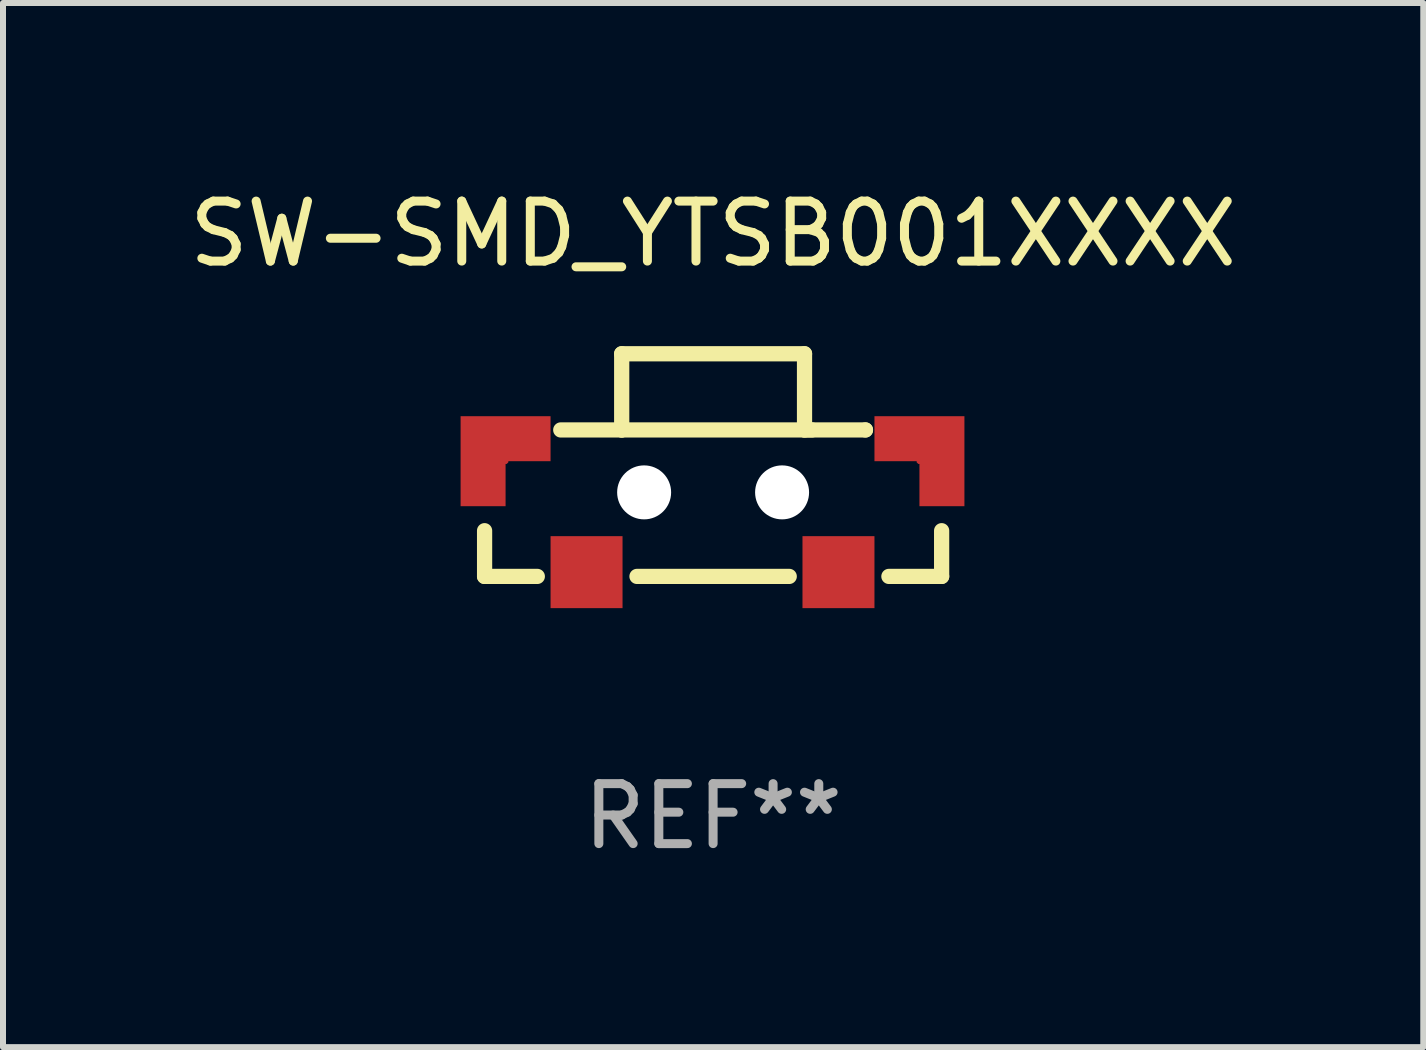
<source format=kicad_pcb>
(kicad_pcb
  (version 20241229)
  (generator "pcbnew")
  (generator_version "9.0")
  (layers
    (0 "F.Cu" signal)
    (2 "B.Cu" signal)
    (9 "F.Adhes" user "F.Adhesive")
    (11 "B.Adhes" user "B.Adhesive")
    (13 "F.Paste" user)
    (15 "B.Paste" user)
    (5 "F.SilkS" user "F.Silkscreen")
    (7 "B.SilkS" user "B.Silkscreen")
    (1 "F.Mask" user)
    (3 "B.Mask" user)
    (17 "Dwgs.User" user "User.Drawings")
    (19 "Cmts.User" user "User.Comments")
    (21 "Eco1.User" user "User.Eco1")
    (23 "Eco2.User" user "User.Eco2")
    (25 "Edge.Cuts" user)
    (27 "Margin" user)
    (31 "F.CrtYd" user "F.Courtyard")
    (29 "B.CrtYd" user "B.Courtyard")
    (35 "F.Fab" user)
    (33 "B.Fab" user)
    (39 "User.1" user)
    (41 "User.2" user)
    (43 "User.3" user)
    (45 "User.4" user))
  (footprint "SW-SMD_YTSB001XXXX"
    (layer "F.Cu")
    (at 8.829 5.564)
    (property "Reference" "SW-SMD_YTSB001XXXX" (at 0.01 -4.716 0) (layer "F.SilkS") (effects (font (size 1 1) (thickness 0.15))))
    (attr through_hole)
    (fp_line (start -3.8 0.234) (end -3.8 0.996) (stroke (width 0.254) (type solid)) (layer "F.SilkS"))
    (fp_line (start -3.8 0.996) (end -2.921 0.996) (stroke (width 0.254) (type solid)) (layer "F.SilkS"))
    (fp_line (start -2.53 -1.446) (end -1.514 -1.446) (stroke (width 0.254) (type solid)) (layer "F.SilkS"))
    (fp_line (start -1.514 -2.716) (end 1.534 -2.716) (stroke (width 0.254) (type solid)) (layer "F.SilkS"))
    (fp_line (start -1.514 -1.446) (end -1.514 -2.716) (stroke (width 0.254) (type solid)) (layer "F.SilkS"))
    (fp_line (start -1.514 -1.446) (end 1.658 -1.446) (stroke (width 0.254) (type solid)) (layer "F.SilkS"))
    (fp_line (start -1.259 0.996) (end 1.279 0.996) (stroke (width 0.254) (type solid)) (layer "F.SilkS"))
    (fp_line (start 1.534 -2.716) (end 1.534 -1.446) (stroke (width 0.254) (type solid)) (layer "F.SilkS"))
    (fp_line (start 1.534 -1.446) (end 2.55 -1.446) (stroke (width 0.254) (type solid)) (layer "F.SilkS"))
    (fp_line (start 2.55 -1.446) (end 2.55 -1.446) (stroke (width 0.254) (type solid)) (layer "F.SilkS"))
    (fp_line (start 2.941 0.996) (end 3.82 0.996) (stroke (width 0.254) (type solid)) (layer "F.SilkS"))
    (fp_line (start 3.82 0.996) (end 3.82 0.234) (stroke (width 0.254) (type solid)) (layer "F.SilkS"))
    (fp_circle (center -3.844 0.953) (end -3.814 0.953) (stroke (width 0.06) (type solid)) (fill no) (layer "F.SilkS"))
    (fp_circle (center -1.14 -0.405) (end -0.99 -0.405) (stroke (width 0.3) (type solid)) (fill no) (layer "F.Fab"))
    (fp_circle (center 1.16 -0.405) (end 1.31 -0.405) (stroke (width 0.3) (type solid)) (fill no) (layer "F.Fab"))
    (fp_text user "REF**" (at 0.01 4.996 0) (layer "F.Fab") (effects (font (size 1 1) (thickness 0.15))))
    (pad "" np_thru_hole circle (at -1.14 -0.405) (size 0.9 0.9) (drill 0.9) (layers "*.Cu" "*.Mask"))
    (pad "" np_thru_hole circle (at 1.16 -0.405) (size 0.9 0.9) (drill 0.9) (layers "*.Cu" "*.Mask"))
    (pad "1" smd rect (at -2.1 0.925) (size 1.2 1.2) (layers "F.Cu" "F.Mask" "F.Paste"))
    (pad "2" smd rect (at 2.1 0.925) (size 1.2 1.2) (layers "F.Cu" "F.Mask" "F.Paste"))
    (pad "3" smd custom (at -3.45 -0.925) (size 0.1 0.1) (layers "F.Cu" "F.Mask" "F.Paste") (options (anchor circle)) (primitives (gr_poly (pts (xy 0.75 -0.75) (xy -0.75 -0.75) (xy -0.75 0.75) (xy 0.000051 0.75) (xy 0.000051 -0.000127) (xy 0.75 -0.000127)) (width 0) (fill yes))))
    (pad "4" smd custom (at 3.45 -0.925) (size 0.1 0.1) (layers "F.Cu" "F.Mask" "F.Paste") (options (anchor circle)) (primitives (gr_poly (pts (xy -0.75 -0.75) (xy 0.75 -0.75) (xy 0.75 0.75) (xy -0.000102 0.75) (xy -0.000102 -0.000127) (xy -0.75 -0.000127)) (width 0) (fill yes)))))
  (gr_rect
    (start -3 -3)
    (end 20.679 14.408)
    (stroke (width 0.1) (type default))
    (fill no)
    (layer "Edge.Cuts")))
</source>
